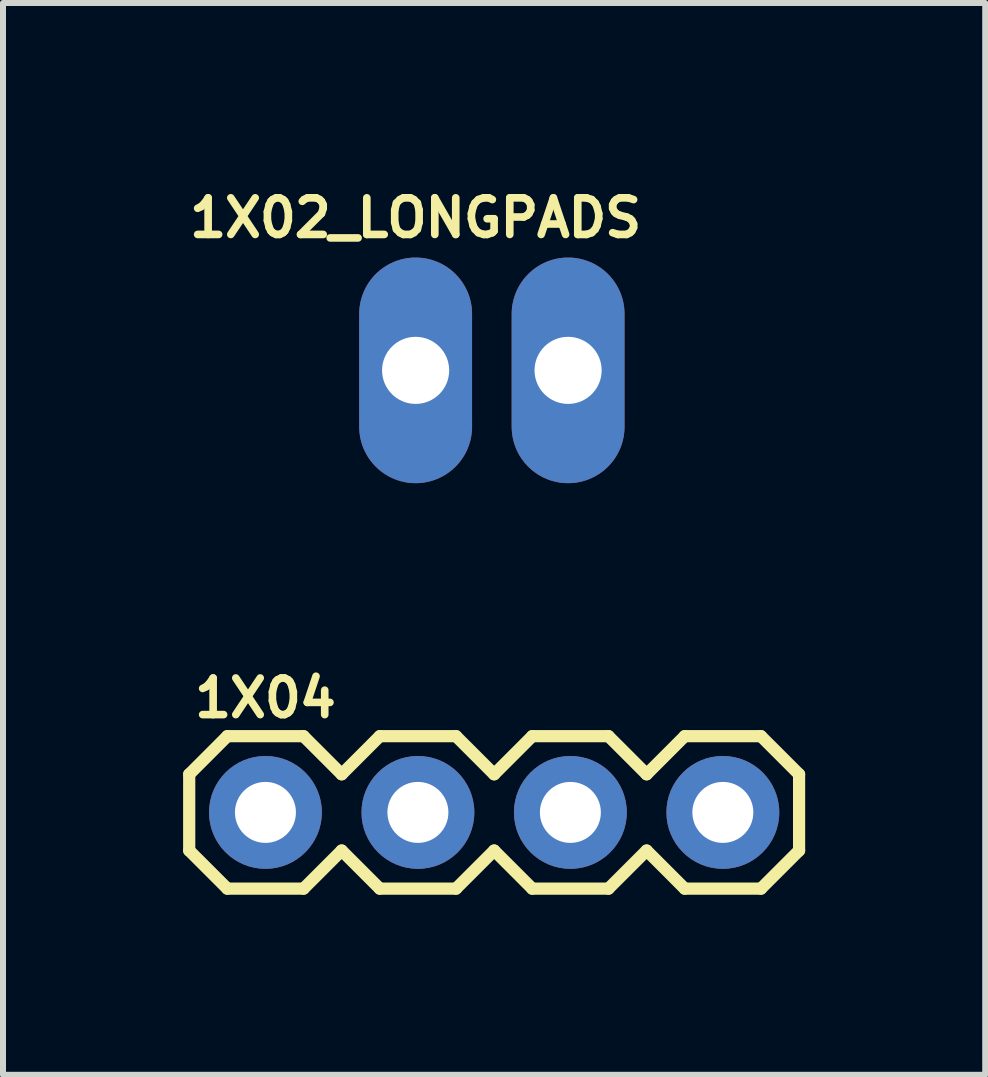
<source format=kicad_pcb>
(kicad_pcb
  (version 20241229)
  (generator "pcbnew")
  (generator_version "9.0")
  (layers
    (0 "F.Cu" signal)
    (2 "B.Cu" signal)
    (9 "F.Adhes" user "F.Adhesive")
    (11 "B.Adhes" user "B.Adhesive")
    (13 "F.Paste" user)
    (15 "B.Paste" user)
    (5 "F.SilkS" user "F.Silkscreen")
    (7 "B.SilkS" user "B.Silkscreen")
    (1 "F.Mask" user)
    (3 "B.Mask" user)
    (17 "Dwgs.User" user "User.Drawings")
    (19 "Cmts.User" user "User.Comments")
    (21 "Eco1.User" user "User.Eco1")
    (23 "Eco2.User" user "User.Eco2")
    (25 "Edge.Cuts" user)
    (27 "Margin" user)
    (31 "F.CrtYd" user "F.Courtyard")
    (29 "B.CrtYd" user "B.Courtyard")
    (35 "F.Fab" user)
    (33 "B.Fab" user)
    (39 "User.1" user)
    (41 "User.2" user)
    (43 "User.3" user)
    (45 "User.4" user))
  (footprint "1X02_LONGPADS"
    (layer "F.Cu")
    (at 3.874 3.12)
    (property "Reference" "1X02_LONGPADS" (at 0 -2.54 0) (layer "F.SilkS") (effects (font (size 0.61 0.61) (thickness 0.127))))
    (attr exclude_from_pos_files exclude_from_bom)
    (pad "1" thru_hole oval (at 0 0 180) (size 1.88 3.759) (drill 1.118) (layers "*.Cu" "*.Mask"))
    (pad "2" thru_hole oval (at 2.54 0 180) (size 1.88 3.759) (drill 1.118) (layers "*.Cu" "*.Mask")))
  (footprint "1X04"
    (layer "F.Cu")
    (at 1.372 10.484)
    (property "Reference" "1X04" (at 0 -1.905 0) (layer "F.SilkS") (effects (font (size 0.61 0.61) (thickness 0.127))))
    (attr exclude_from_pos_files exclude_from_bom)
    (fp_line (start -1.27 -0.635) (end -1.27 0.635) (stroke (width 0.203) (type solid)) (layer "F.SilkS"))
    (fp_line (start -1.27 0.635) (end -0.635 1.27) (stroke (width 0.203) (type solid)) (layer "F.SilkS"))
    (fp_line (start -0.635 -1.27) (end -1.27 -0.635) (stroke (width 0.203) (type solid)) (layer "F.SilkS"))
    (fp_line (start -0.635 -1.27) (end 0.635 -1.27) (stroke (width 0.203) (type solid)) (layer "F.SilkS"))
    (fp_line (start 0.635 -1.27) (end 1.27 -0.635) (stroke (width 0.203) (type solid)) (layer "F.SilkS"))
    (fp_line (start 0.635 1.27) (end -0.635 1.27) (stroke (width 0.203) (type solid)) (layer "F.SilkS"))
    (fp_line (start 1.27 -0.635) (end 1.905 -1.27) (stroke (width 0.203) (type solid)) (layer "F.SilkS"))
    (fp_line (start 1.27 0.635) (end 0.635 1.27) (stroke (width 0.203) (type solid)) (layer "F.SilkS"))
    (fp_line (start 1.905 -1.27) (end 3.175 -1.27) (stroke (width 0.203) (type solid)) (layer "F.SilkS"))
    (fp_line (start 1.905 1.27) (end 1.27 0.635) (stroke (width 0.203) (type solid)) (layer "F.SilkS"))
    (fp_line (start 3.175 -1.27) (end 3.81 -0.635) (stroke (width 0.203) (type solid)) (layer "F.SilkS"))
    (fp_line (start 3.175 1.27) (end 1.905 1.27) (stroke (width 0.203) (type solid)) (layer "F.SilkS"))
    (fp_line (start 3.81 -0.635) (end 4.445 -1.27) (stroke (width 0.203) (type solid)) (layer "F.SilkS"))
    (fp_line (start 3.81 0.635) (end 3.175 1.27) (stroke (width 0.203) (type solid)) (layer "F.SilkS"))
    (fp_line (start 4.445 -1.27) (end 5.715 -1.27) (stroke (width 0.203) (type solid)) (layer "F.SilkS"))
    (fp_line (start 4.445 1.27) (end 3.81 0.635) (stroke (width 0.203) (type solid)) (layer "F.SilkS"))
    (fp_line (start 5.715 -1.27) (end 6.35 -0.635) (stroke (width 0.203) (type solid)) (layer "F.SilkS"))
    (fp_line (start 5.715 1.27) (end 4.445 1.27) (stroke (width 0.203) (type solid)) (layer "F.SilkS"))
    (fp_line (start 6.35 0.635) (end 5.715 1.27) (stroke (width 0.203) (type solid)) (layer "F.SilkS"))
    (fp_line (start 6.35 0.635) (end 6.985 1.27) (stroke (width 0.203) (type solid)) (layer "F.SilkS"))
    (fp_line (start 6.985 -1.27) (end 6.35 -0.635) (stroke (width 0.203) (type solid)) (layer "F.SilkS"))
    (fp_line (start 6.985 -1.27) (end 8.255 -1.27) (stroke (width 0.203) (type solid)) (layer "F.SilkS"))
    (fp_line (start 8.255 -1.27) (end 8.89 -0.635) (stroke (width 0.203) (type solid)) (layer "F.SilkS"))
    (fp_line (start 8.255 1.27) (end 6.985 1.27) (stroke (width 0.203) (type solid)) (layer "F.SilkS"))
    (fp_line (start 8.89 -0.635) (end 8.89 0.635) (stroke (width 0.203) (type solid)) (layer "F.SilkS"))
    (fp_line (start 8.89 0.635) (end 8.255 1.27) (stroke (width 0.203) (type solid)) (layer "F.SilkS"))
    (pad "1" thru_hole circle (at 0 0) (size 1.88 1.88) (drill 1.016) (layers "*.Cu" "*.Mask"))
    (pad "2" thru_hole circle (at 2.54 0) (size 1.88 1.88) (drill 1.016) (layers "*.Cu" "*.Mask"))
    (pad "3" thru_hole circle (at 5.08 0) (size 1.88 1.88) (drill 1.016) (layers "*.Cu" "*.Mask"))
    (pad "4" thru_hole circle (at 7.62 0) (size 1.88 1.88) (drill 1.016) (layers "*.Cu" "*.Mask")))
  (gr_rect
    (start -3 -3)
    (end 13.363 14.855)
    (stroke (width 0.1) (type default))
    (fill no)
    (layer "Edge.Cuts")))
</source>
